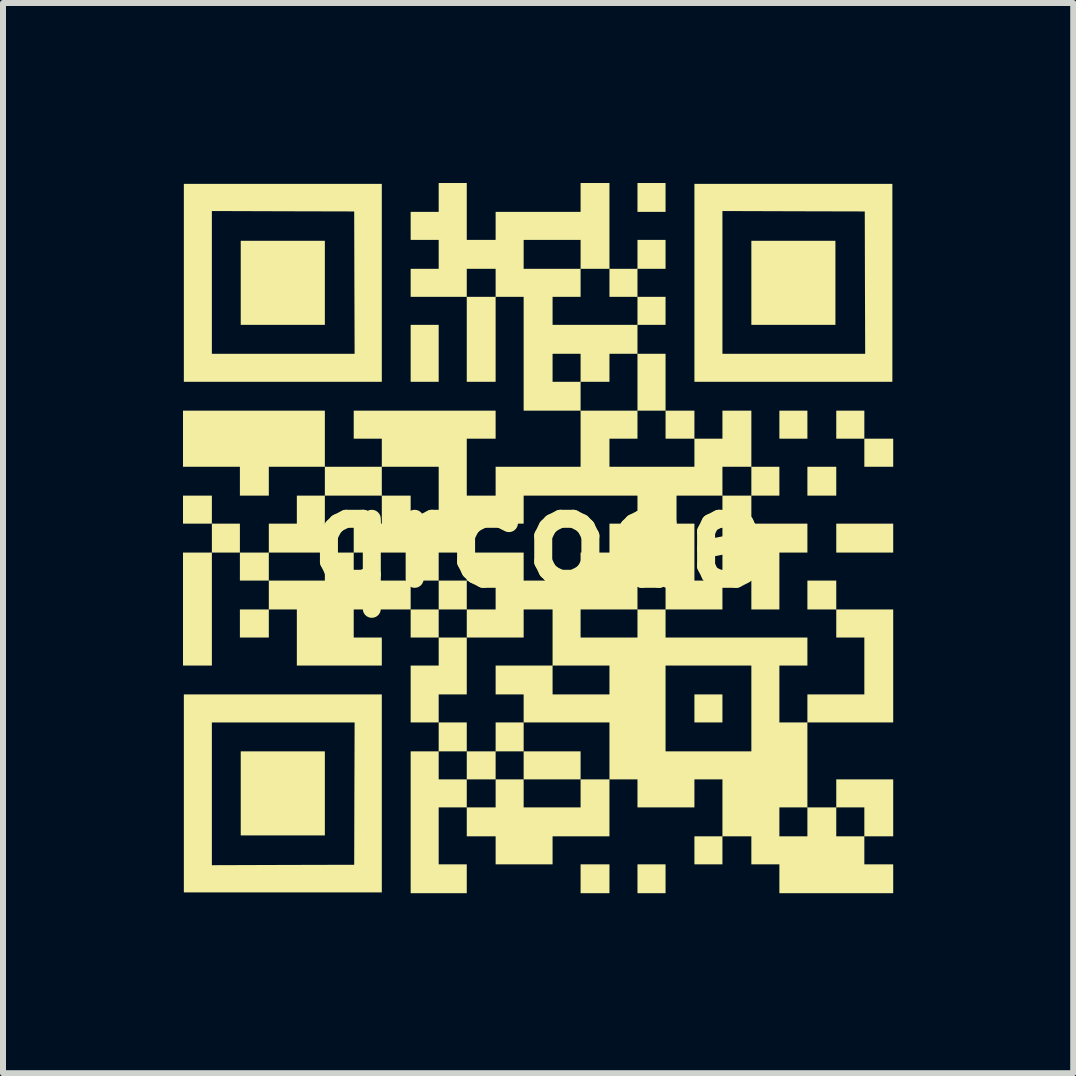
<source format=kicad_pcb>
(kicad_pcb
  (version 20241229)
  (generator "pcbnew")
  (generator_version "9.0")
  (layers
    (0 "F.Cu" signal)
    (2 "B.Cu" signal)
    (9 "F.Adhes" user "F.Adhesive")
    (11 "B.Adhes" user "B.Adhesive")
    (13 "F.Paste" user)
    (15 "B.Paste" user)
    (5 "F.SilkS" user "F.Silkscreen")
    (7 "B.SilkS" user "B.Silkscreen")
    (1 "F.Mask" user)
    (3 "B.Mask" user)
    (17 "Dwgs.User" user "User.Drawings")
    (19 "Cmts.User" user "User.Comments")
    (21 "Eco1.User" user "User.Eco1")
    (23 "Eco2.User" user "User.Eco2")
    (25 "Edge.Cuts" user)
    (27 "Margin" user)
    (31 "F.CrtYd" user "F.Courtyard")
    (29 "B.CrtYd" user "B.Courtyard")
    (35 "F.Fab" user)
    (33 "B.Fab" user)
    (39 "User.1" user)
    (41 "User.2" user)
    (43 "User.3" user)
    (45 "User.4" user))
  (footprint "qrcode"
    (layer "F.Cu")
    (at 5.932 5.918)
    (property "Reference" "qrcode" (at 0 0 0) (layer "F.SilkS") (effects (font (size 1.5 1.5) (thickness 0.3))))
    (attr board_only exclude_from_pos_files exclude_from_bom)
    (fp_poly (pts (xy -5.451 -0.474) (xy -5.451 -0.241) (xy -5.692 -0.241) (xy -5.932 -0.241) (xy -5.932 -0.474) (xy -5.932 -0.708) (xy -5.692 -0.708) (xy -5.451 -0.708)) (stroke (width 0) (type solid)) (fill yes) (layer "F.SilkS"))
    (fp_poly (pts (xy -3.568 -4.255) (xy -3.568 -3.554) (xy -4.269 -3.554) (xy -4.97 -3.554) (xy -4.97 -4.255) (xy -4.97 -4.955) (xy -4.269 -4.955) (xy -3.568 -4.955)) (stroke (width 0) (type solid)) (fill yes) (layer "F.SilkS"))
    (fp_poly (pts (xy -3.568 4.255) (xy -3.568 4.955) (xy -4.269 4.955) (xy -4.97 4.955) (xy -4.97 4.255) (xy -4.97 3.554) (xy -4.269 3.554) (xy -3.568 3.554)) (stroke (width 0) (type solid)) (fill yes) (layer "F.SilkS"))
    (fp_poly (pts (xy -1.671 -3.079) (xy -1.671 -2.605) (xy -1.904 -2.605) (xy -2.138 -2.605) (xy -2.138 -3.079) (xy -2.138 -3.554) (xy -1.904 -3.554) (xy -1.671 -3.554)) (stroke (width 0) (type solid)) (fill yes) (layer "F.SilkS"))
    (fp_poly (pts (xy -1.671 1.423) (xy -1.671 1.657) (xy -1.904 1.657) (xy -2.138 1.657) (xy -2.138 1.423) (xy -2.138 1.189) (xy -1.904 1.189) (xy -1.671 1.189)) (stroke (width 0) (type solid)) (fill yes) (layer "F.SilkS"))
    (fp_poly (pts (xy -1.203 0.949) (xy -1.203 1.189) (xy -1.437 1.189) (xy -1.671 1.189) (xy -1.671 0.949) (xy -1.671 0.708) (xy -1.437 0.708) (xy -1.203 0.708)) (stroke (width 0) (type solid)) (fill yes) (layer "F.SilkS"))
    (fp_poly (pts (xy 0.694 3.787) (xy 0.694 4.021) (xy 0.219 4.021) (xy -0.255 4.021) (xy -0.255 3.787) (xy -0.255 3.554) (xy 0.219 3.554) (xy 0.694 3.554)) (stroke (width 0) (type solid)) (fill yes) (layer "F.SilkS"))
    (fp_poly (pts (xy 1.175 5.677) (xy 1.175 5.918) (xy 0.934 5.918) (xy 0.694 5.918) (xy 0.694 5.677) (xy 0.694 5.437) (xy 0.934 5.437) (xy 1.175 5.437)) (stroke (width 0) (type solid)) (fill yes) (layer "F.SilkS"))
    (fp_poly (pts (xy 2.11 -5.677) (xy 2.11 -5.437) (xy 1.876 -5.437) (xy 1.642 -5.437) (xy 1.642 -5.677) (xy 1.642 -5.918) (xy 1.876 -5.918) (xy 2.11 -5.918)) (stroke (width 0) (type solid)) (fill yes) (layer "F.SilkS"))
    (fp_poly (pts (xy 2.11 5.677) (xy 2.11 5.918) (xy 1.876 5.918) (xy 1.642 5.918) (xy 1.642 5.677) (xy 1.642 5.437) (xy 1.876 5.437) (xy 2.11 5.437)) (stroke (width 0) (type solid)) (fill yes) (layer "F.SilkS"))
    (fp_poly (pts (xy 3.058 2.839) (xy 3.058 3.072) (xy 2.825 3.072) (xy 2.591 3.072) (xy 2.591 2.839) (xy 2.591 2.605) (xy 2.825 2.605) (xy 3.058 2.605)) (stroke (width 0) (type solid)) (fill yes) (layer "F.SilkS"))
    (fp_poly (pts (xy 4.474 -1.89) (xy 4.474 -1.657) (xy 4.24 -1.657) (xy 4.007 -1.657) (xy 4.007 -1.89) (xy 4.007 -2.124) (xy 4.24 -2.124) (xy 4.474 -2.124)) (stroke (width 0) (type solid)) (fill yes) (layer "F.SilkS"))
    (fp_poly (pts (xy 4.941 -4.255) (xy 4.941 -3.554) (xy 4.24 -3.554) (xy 3.54 -3.554) (xy 3.54 -4.255) (xy 3.54 -4.955) (xy 4.24 -4.955) (xy 4.941 -4.955)) (stroke (width 0) (type solid)) (fill yes) (layer "F.SilkS"))
    (fp_poly (pts (xy 4.955 -0.949) (xy 4.955 -0.708) (xy 4.715 -0.708) (xy 4.474 -0.708) (xy 4.474 -0.949) (xy 4.474 -1.189) (xy 4.715 -1.189) (xy 4.955 -1.189)) (stroke (width 0) (type solid)) (fill yes) (layer "F.SilkS"))
    (fp_poly (pts (xy 4.955 0.949) (xy 4.955 1.189) (xy 4.715 1.189) (xy 4.474 1.189) (xy 4.474 0.949) (xy 4.474 0.708) (xy 4.715 0.708) (xy 4.955 0.708)) (stroke (width 0) (type solid)) (fill yes) (layer "F.SilkS"))
    (fp_poly (pts (xy 5.423 -1.89) (xy 5.423 -1.657) (xy 5.189 -1.657) (xy 4.955 -1.657) (xy 4.955 -1.89) (xy 4.955 -2.124) (xy 5.189 -2.124) (xy 5.423 -2.124)) (stroke (width 0) (type solid)) (fill yes) (layer "F.SilkS"))
    (fp_poly (pts (xy 5.904 -1.423) (xy 5.904 -1.189) (xy 5.663 -1.189) (xy 5.423 -1.189) (xy 5.423 -1.423) (xy 5.423 -1.657) (xy 5.663 -1.657) (xy 5.904 -1.657)) (stroke (width 0) (type solid)) (fill yes) (layer "F.SilkS"))
    (fp_poly (pts (xy 5.904 0) (xy 5.904 0.241) (xy 5.43 0.241) (xy 4.955 0.241) (xy 4.955 0) (xy 4.955 -0.241) (xy 5.43 -0.241) (xy 5.904 -0.241)) (stroke (width 0) (type solid)) (fill yes) (layer "F.SilkS"))
    (fp_poly (pts (xy -1.203 2.131) (xy -1.203 2.605) (xy -1.437 2.605) (xy -1.671 2.605) (xy -1.671 2.839) (xy -1.671 3.072) (xy -1.904 3.072) (xy -2.138 3.072) (xy -2.138 2.598) (xy -2.138 2.124) (xy -1.904 2.124) (xy -1.671 2.124) (xy -1.671 1.89) (xy -1.671 1.657) (xy -1.437 1.657) (xy -1.203 1.657)) (stroke (width 0) (type solid)) (fill yes) (layer "F.SilkS"))
    (fp_poly (pts (xy -0.255 3.313) (xy -0.255 3.554) (xy -0.488 3.554) (xy -0.722 3.554) (xy -0.722 3.787) (xy -0.722 4.021) (xy -0.963 4.021) (xy -1.203 4.021) (xy -1.203 3.787) (xy -1.203 3.554) (xy -0.963 3.554) (xy -0.722 3.554) (xy -0.722 3.313) (xy -0.722 3.072) (xy -0.488 3.072) (xy -0.255 3.072)) (stroke (width 0) (type solid)) (fill yes) (layer "F.SilkS"))
    (fp_poly (pts (xy -2.619 -4.255) (xy -2.619 -2.605) (xy -4.269 -2.605) (xy -5.918 -2.605) (xy -5.918 -4.255) (xy -5.918 -4.262) (xy -5.451 -4.262) (xy -5.451 -3.072) (xy -4.262 -3.072) (xy -3.072 -3.072) (xy -3.076 -4.258) (xy -3.079 -5.444) (xy -4.265 -5.447) (xy -5.451 -5.451) (xy -5.451 -4.262) (xy -5.918 -4.262) (xy -5.918 -5.904) (xy -4.269 -5.904) (xy -2.619 -5.904)) (stroke (width 0) (type solid)) (fill yes) (layer "F.SilkS"))
    (fp_poly (pts (xy -2.619 4.255) (xy -2.619 5.904) (xy -4.269 5.904) (xy -5.918 5.904) (xy -5.918 4.262) (xy -5.451 4.262) (xy -5.451 5.451) (xy -4.265 5.447) (xy -3.079 5.444) (xy -3.076 4.258) (xy -3.072 3.072) (xy -4.262 3.072) (xy -5.451 3.072) (xy -5.451 4.262) (xy -5.918 4.262) (xy -5.918 4.255) (xy -5.918 2.605) (xy -4.269 2.605) (xy -2.619 2.605)) (stroke (width 0) (type solid)) (fill yes) (layer "F.SilkS"))
    (fp_poly (pts (xy 5.89 -4.255) (xy 5.89 -2.605) (xy 4.24 -2.605) (xy 2.591 -2.605) (xy 2.591 -4.255) (xy 2.591 -4.262) (xy 3.058 -4.262) (xy 3.058 -3.072) (xy 4.248 -3.072) (xy 5.437 -3.072) (xy 5.433 -4.258) (xy 5.43 -5.444) (xy 4.244 -5.447) (xy 3.058 -5.451) (xy 3.058 -4.262) (xy 2.591 -4.262) (xy 2.591 -5.904) (xy 4.24 -5.904) (xy 5.89 -5.904)) (stroke (width 0) (type solid)) (fill yes) (layer "F.SilkS"))
    (fp_poly (pts (xy -1.203 -5.444) (xy -1.203 -4.97) (xy -0.963 -4.97) (xy -0.722 -4.97) (xy -0.722 -5.203) (xy -0.722 -5.437) (xy -0.014 -5.437) (xy 0.694 -5.437) (xy 0.694 -5.677) (xy 0.694 -5.918) (xy 0.934 -5.918) (xy 1.175 -5.918) (xy 1.175 -5.203) (xy 1.175 -4.488) (xy 1.409 -4.488) (xy 1.642 -4.488) (xy 1.642 -4.729) (xy 1.642 -4.97) (xy 1.876 -4.97) (xy 2.11 -4.97) (xy 2.11 -4.729) (xy 2.11 -4.488) (xy 1.876 -4.488) (xy 1.642 -4.488) (xy 1.642 -4.255) (xy 1.642 -4.021) (xy 1.409 -4.021) (xy 1.175 -4.021) (xy 1.175 -4.255) (xy 1.175 -4.488) (xy 0.934 -4.488) (xy 0.694 -4.488) (xy 0.694 -4.255) (xy 0.694 -4.021) (xy 0.46 -4.021) (xy 0.227 -4.021) (xy 0.227 -3.787) (xy 0.227 -3.554) (xy 0.934 -3.554) (xy 1.642 -3.554) (xy 1.642 -3.787) (xy 1.642 -4.021) (xy 1.876 -4.021) (xy 2.11 -4.021) (xy 2.11 -3.787) (xy 2.11 -3.554) (xy 1.876 -3.554) (xy 1.642 -3.554) (xy 1.642 -3.313) (xy 1.642 -3.072) (xy 1.409 -3.072) (xy 1.175 -3.072) (xy 1.175 -2.839) (xy 1.175 -2.605) (xy 0.934 -2.605) (xy 0.694 -2.605) (xy 0.694 -2.839) (xy 0.694 -3.072) (xy 0.46 -3.072) (xy 0.227 -3.072) (xy 0.227 -2.839) (xy 0.227 -2.605) (xy 0.46 -2.605) (xy 0.694 -2.605) (xy 0.694 -2.364) (xy 0.694 -2.124) (xy 1.168 -2.124) (xy 1.642 -2.124) (xy 1.642 -2.598) (xy 1.642 -3.072) (xy 1.876 -3.072) (xy 2.11 -3.072) (xy 2.11 -2.598) (xy 2.11 -2.124) (xy 1.876 -2.124) (xy 1.642 -2.124) (xy 1.642 -1.89) (xy 1.642 -1.657) (xy 1.409 -1.657) (xy 1.175 -1.657) (xy 1.175 -1.423) (xy 1.175 -1.189) (xy 1.883 -1.189) (xy 2.591 -1.189) (xy 2.591 -1.423) (xy 2.591 -1.657) (xy 2.35 -1.657) (xy 2.11 -1.657) (xy 2.11 -1.89) (xy 2.11 -2.124) (xy 2.35 -2.124) (xy 2.591 -2.124) (xy 2.591 -1.89) (xy 2.591 -1.657) (xy 2.825 -1.657) (xy 3.058 -1.657) (xy 3.058 -1.89) (xy 3.058 -2.124) (xy 3.299 -2.124) (xy 3.54 -2.124) (xy 3.54 -1.657) (xy 3.54 -1.189) (xy 3.299 -1.189) (xy 3.058 -1.189) (xy 3.058 -0.949) (xy 3.058 -0.708) (xy 2.584 -0.708) (xy 2.11 -0.708) (xy 2.11 -0.474) (xy 2.11 -0.241) (xy 2.35 -0.241) (xy 2.591 -0.241) (xy 2.591 0.234) (xy 2.591 0.708) (xy 2.825 0.708) (xy 3.058 0.708) (xy 3.058 0) (xy 3.058 -0.708) (xy 3.299 -0.708) (xy 3.54 -0.708) (xy 3.54 -0.949) (xy 3.54 -1.189) (xy 3.773 -1.189) (xy 4.007 -1.189) (xy 4.007 -0.949) (xy 4.007 -0.708) (xy 3.773 -0.708) (xy 3.54 -0.708) (xy 3.54 -0.474) (xy 3.54 -0.241) (xy 4.007 -0.241) (xy 4.474 -0.241) (xy 4.474 0) (xy 4.474 0.241) (xy 4.24 0.241) (xy 4.007 0.241) (xy 4.007 0.715) (xy 4.007 1.189) (xy 3.773 1.189) (xy 3.54 1.189) (xy 3.54 0.949) (xy 3.54 0.708) (xy 3.299 0.708) (xy 3.058 0.708) (xy 3.058 0.949) (xy 3.058 1.189) (xy 2.584 1.189) (xy 2.11 1.189) (xy 2.11 1.423) (xy 2.11 1.657) (xy 3.292 1.657) (xy 4.474 1.657) (xy 4.474 1.89) (xy 4.474 2.124) (xy 4.24 2.124) (xy 4.007 2.124) (xy 4.007 2.598) (xy 4.007 3.072) (xy 4.24 3.072) (xy 4.474 3.072) (xy 4.474 2.839) (xy 4.474 2.605) (xy 4.948 2.605) (xy 5.423 2.605) (xy 5.423 2.131) (xy 5.423 1.657) (xy 5.189 1.657) (xy 4.955 1.657) (xy 4.955 1.423) (xy 4.955 1.189) (xy 5.43 1.189) (xy 5.904 1.189) (xy 5.904 2.131) (xy 5.904 3.072) (xy 5.189 3.072) (xy 4.474 3.072) (xy 4.474 3.78) (xy 4.474 4.488) (xy 4.715 4.488) (xy 4.955 4.488) (xy 4.955 4.255) (xy 4.955 4.021) (xy 5.43 4.021) (xy 5.904 4.021) (xy 5.904 4.495) (xy 5.904 4.97) (xy 5.663 4.97) (xy 5.423 4.97) (xy 5.423 5.203) (xy 5.423 5.437) (xy 5.663 5.437) (xy 5.904 5.437) (xy 5.904 5.677) (xy 5.904 5.918) (xy 4.955 5.918) (xy 4.007 5.918) (xy 4.007 5.677) (xy 4.007 5.437) (xy 3.773 5.437) (xy 3.54 5.437) (xy 3.54 5.203) (xy 3.54 4.97) (xy 3.299 4.97) (xy 3.058 4.97) (xy 3.058 5.203) (xy 3.058 5.437) (xy 2.825 5.437) (xy 2.591 5.437) (xy 2.591 5.203) (xy 2.591 4.97) (xy 2.825 4.97) (xy 3.058 4.97) (xy 3.058 4.729) (xy 4.007 4.729) (xy 4.007 4.97) (xy 4.24 4.97) (xy 4.474 4.97) (xy 4.474 4.729) (xy 4.955 4.729) (xy 4.955 4.97) (xy 5.189 4.97) (xy 5.423 4.97) (xy 5.423 4.729) (xy 5.423 4.488) (xy 5.189 4.488) (xy 4.955 4.488) (xy 4.955 4.729) (xy 4.474 4.729) (xy 4.474 4.488) (xy 4.24 4.488) (xy 4.007 4.488) (xy 4.007 4.729) (xy 3.058 4.729) (xy 3.058 4.495) (xy 3.058 4.021) (xy 2.825 4.021) (xy 2.591 4.021) (xy 2.591 4.255) (xy 2.591 4.488) (xy 2.117 4.488) (xy 1.642 4.488) (xy 1.642 4.255) (xy 1.642 4.021) (xy 1.409 4.021) (xy 1.175 4.021) (xy 1.175 4.495) (xy 1.175 4.97) (xy 0.701 4.97) (xy 0.227 4.97) (xy 0.227 5.203) (xy 0.227 5.437) (xy -0.248 5.437) (xy -0.722 5.437) (xy -0.722 5.203) (xy -0.722 4.97) (xy -0.963 4.97) (xy -1.203 4.97) (xy -1.203 4.729) (xy -1.203 4.488) (xy -1.437 4.488) (xy -1.671 4.488) (xy -1.671 4.962) (xy -1.671 5.437) (xy -1.437 5.437) (xy -1.203 5.437) (xy -1.203 5.677) (xy -1.203 5.918) (xy -1.671 5.918) (xy -2.138 5.918) (xy -2.138 4.736) (xy -2.138 3.554) (xy -1.904 3.554) (xy -1.671 3.554) (xy -1.671 3.313) (xy -1.671 3.072) (xy -1.437 3.072) (xy -1.203 3.072) (xy -1.203 3.313) (xy -1.203 3.554) (xy -1.437 3.554) (xy -1.671 3.554) (xy -1.671 3.787) (xy -1.671 4.021) (xy -1.437 4.021) (xy -1.203 4.021) (xy -1.203 4.255) (xy -1.203 4.488) (xy -0.963 4.488) (xy -0.722 4.488) (xy -0.722 4.255) (xy -0.722 4.021) (xy -0.488 4.021) (xy -0.255 4.021) (xy -0.255 4.255) (xy -0.255 4.488) (xy 0.219 4.488) (xy 0.694 4.488) (xy 0.694 4.255) (xy 0.694 4.021) (xy 0.934 4.021) (xy 1.175 4.021) (xy 1.175 3.547) (xy 1.175 3.072) (xy 0.46 3.072) (xy -0.255 3.072) (xy -0.255 2.839) (xy 2.11 2.839) (xy 2.11 3.554) (xy 2.825 3.554) (xy 3.54 3.554) (xy 3.54 2.839) (xy 3.54 2.124) (xy 2.825 2.124) (xy 2.11 2.124) (xy 2.11 2.839) (xy -0.255 2.839) (xy -0.255 2.605) (xy -0.488 2.605) (xy -0.722 2.605) (xy -0.722 2.364) (xy 0.227 2.364) (xy 0.227 2.605) (xy 0.701 2.605) (xy 1.175 2.605) (xy 1.175 2.364) (xy 1.175 2.124) (xy 0.701 2.124) (xy 0.227 2.124) (xy 0.227 2.364) (xy -0.722 2.364) (xy -0.722 2.124) (xy -0.248 2.124) (xy 0.227 2.124) (xy 0.227 1.657) (xy 0.227 1.189) (xy 0.694 1.189) (xy 0.694 1.423) (xy 0.694 1.657) (xy 1.168 1.657) (xy 1.642 1.657) (xy 1.642 1.423) (xy 1.642 1.189) (xy 1.876 1.189) (xy 2.11 1.189) (xy 2.11 0.949) (xy 2.11 0.708) (xy 1.876 0.708) (xy 1.642 0.708) (xy 1.642 0.949) (xy 1.642 1.189) (xy 1.168 1.189) (xy 0.694 1.189) (xy 0.227 1.189) (xy -0.014 1.189) (xy -0.255 1.189) (xy -0.255 1.423) (xy -0.255 1.657) (xy -0.729 1.657) (xy -1.203 1.657) (xy -1.203 1.423) (xy -1.203 1.189) (xy -0.963 1.189) (xy -0.722 1.189) (xy -0.722 0.949) (xy -0.722 0.708) (xy -0.963 0.708) (xy -1.203 0.708) (xy -1.203 0.474) (xy -1.203 0.241) (xy -0.729 0.241) (xy -0.255 0.241) (xy -0.255 0.474) (xy -0.255 0.708) (xy 0.219 0.708) (xy 0.694 0.708) (xy 0.694 0.474) (xy 0.694 0.241) (xy 0.934 0.241) (xy 1.175 0.241) (xy 1.175 0) (xy 1.175 -0.241) (xy 1.409 -0.241) (xy 1.642 -0.241) (xy 1.642 -0.474) (xy 1.642 -0.708) (xy 0.694 -0.708) (xy -0.255 -0.708) (xy -0.255 -0.474) (xy -0.255 -0.241) (xy -0.729 -0.241) (xy -1.203 -0.241) (xy -1.203 0) (xy -1.203 0.241) (xy -1.437 0.241) (xy -1.671 0.241) (xy -1.671 0.474) (xy -1.671 0.708) (xy -1.904 0.708) (xy -2.138 0.708) (xy -2.138 0.474) (xy -2.138 0.241) (xy -2.612 0.241) (xy -3.087 0.241) (xy -3.087 0.474) (xy -3.087 0.708) (xy -2.612 0.708) (xy -2.138 0.708) (xy -2.138 0.949) (xy -2.138 1.189) (xy -2.612 1.189) (xy -3.087 1.189) (xy -3.087 1.423) (xy -3.087 1.657) (xy -2.853 1.657) (xy -2.619 1.657) (xy -2.619 1.89) (xy -2.619 2.124) (xy -3.327 2.124) (xy -4.035 2.124) (xy -4.035 1.657) (xy -4.035 1.189) (xy -4.269 1.189) (xy -4.502 1.189) (xy -4.502 1.423) (xy -4.502 1.657) (xy -4.743 1.657) (xy -4.984 1.657) (xy -4.984 1.423) (xy -4.984 1.189) (xy -4.743 1.189) (xy -4.502 1.189) (xy -4.502 0.949) (xy -4.502 0.708) (xy -4.743 0.708) (xy -4.984 0.708) (xy -4.984 0.474) (xy -4.984 0.241) (xy -5.217 0.241) (xy -5.451 0.241) (xy -5.451 1.182) (xy -5.451 2.124) (xy -5.692 2.124) (xy -5.932 2.124) (xy -5.932 1.182) (xy -5.932 0.241) (xy -5.692 0.241) (xy -5.451 0.241) (xy -5.451 0) (xy -5.451 -0.241) (xy -5.217 -0.241) (xy -4.984 -0.241) (xy -4.984 0) (xy -4.984 0.241) (xy -4.743 0.241) (xy -4.502 0.241) (xy -4.502 0.474) (xy -4.502 0.708) (xy -4.035 0.708) (xy -3.568 0.708) (xy -3.568 0.474) (xy -3.568 0.241) (xy -3.327 0.241) (xy -3.087 0.241) (xy -3.087 0) (xy -3.087 -0.241) (xy -2.853 -0.241) (xy -2.619 -0.241) (xy -2.619 -0.474) (xy -2.619 -0.708) (xy -2.379 -0.708) (xy -2.138 -0.708) (xy -2.138 -0.474) (xy -2.138 -0.241) (xy -1.904 -0.241) (xy -1.671 -0.241) (xy -1.671 -0.715) (xy -1.671 -1.189) (xy -2.145 -1.189) (xy -2.619 -1.189) (xy -2.619 -0.949) (xy -2.619 -0.708) (xy -3.094 -0.708) (xy -3.568 -0.708) (xy -3.568 -0.234) (xy -3.568 0.241) (xy -4.035 0.241) (xy -4.502 0.241) (xy -4.502 0) (xy -4.502 -0.241) (xy -4.269 -0.241) (xy -4.035 -0.241) (xy -4.035 -0.474) (xy -4.035 -0.708) (xy -3.802 -0.708) (xy -3.568 -0.708) (xy -3.568 -0.949) (xy -3.568 -1.189) (xy -4.035 -1.189) (xy -4.502 -1.189) (xy -4.502 -0.949) (xy -4.502 -0.708) (xy -4.743 -0.708) (xy -4.984 -0.708) (xy -4.984 -0.949) (xy -4.984 -1.189) (xy -5.458 -1.189) (xy -5.932 -1.189) (xy -5.932 -1.657) (xy -5.932 -2.124) (xy -4.75 -2.124) (xy -3.568 -2.124) (xy -3.568 -1.657) (xy -3.568 -1.189) (xy -3.094 -1.189) (xy -2.619 -1.189) (xy -2.619 -1.423) (xy -2.619 -1.657) (xy -2.853 -1.657) (xy -3.087 -1.657) (xy -3.087 -1.89) (xy -3.087 -2.124) (xy -1.904 -2.124) (xy -0.722 -2.124) (xy -0.722 -1.89) (xy -0.722 -1.657) (xy -0.963 -1.657) (xy -1.203 -1.657) (xy -1.203 -1.182) (xy -1.203 -0.708) (xy -0.963 -0.708) (xy -0.722 -0.708) (xy -0.722 -0.949) (xy -0.722 -1.189) (xy -0.014 -1.189) (xy 0.694 -1.189) (xy 0.694 -1.657) (xy 0.694 -2.124) (xy 0.219 -2.124) (xy -0.255 -2.124) (xy -0.255 -3.072) (xy -0.255 -4.021) (xy -0.488 -4.021) (xy -0.722 -4.021) (xy -0.722 -3.313) (xy -0.722 -2.605) (xy -0.963 -2.605) (xy -1.203 -2.605) (xy -1.203 -3.313) (xy -1.203 -4.021) (xy -1.671 -4.021) (xy -2.138 -4.021) (xy -2.138 -4.255) (xy -1.203 -4.255) (xy -1.203 -4.021) (xy -0.963 -4.021) (xy -0.722 -4.021) (xy -0.722 -4.255) (xy -0.722 -4.488) (xy -0.963 -4.488) (xy -1.203 -4.488) (xy -1.203 -4.255) (xy -2.138 -4.255) (xy -2.138 -4.488) (xy -1.904 -4.488) (xy -1.671 -4.488) (xy -1.671 -4.729) (xy -0.255 -4.729) (xy -0.255 -4.488) (xy 0.219 -4.488) (xy 0.694 -4.488) (xy 0.694 -4.729) (xy 0.694 -4.97) (xy 0.219 -4.97) (xy -0.255 -4.97) (xy -0.255 -4.729) (xy -1.671 -4.729) (xy -1.671 -4.97) (xy -1.904 -4.97) (xy -2.138 -4.97) (xy -2.138 -5.203) (xy -2.138 -5.437) (xy -1.904 -5.437) (xy -1.671 -5.437) (xy -1.671 -5.677) (xy -1.671 -5.918) (xy -1.437 -5.918) (xy -1.203 -5.918)) (stroke (width 0) (type solid)) (fill yes) (layer "F.SilkS")))
  (gr_rect
    (start -3 -3)
    (end 14.836 14.836)
    (stroke (width 0.1) (type default))
    (fill no)
    (layer "Edge.Cuts")))
</source>
